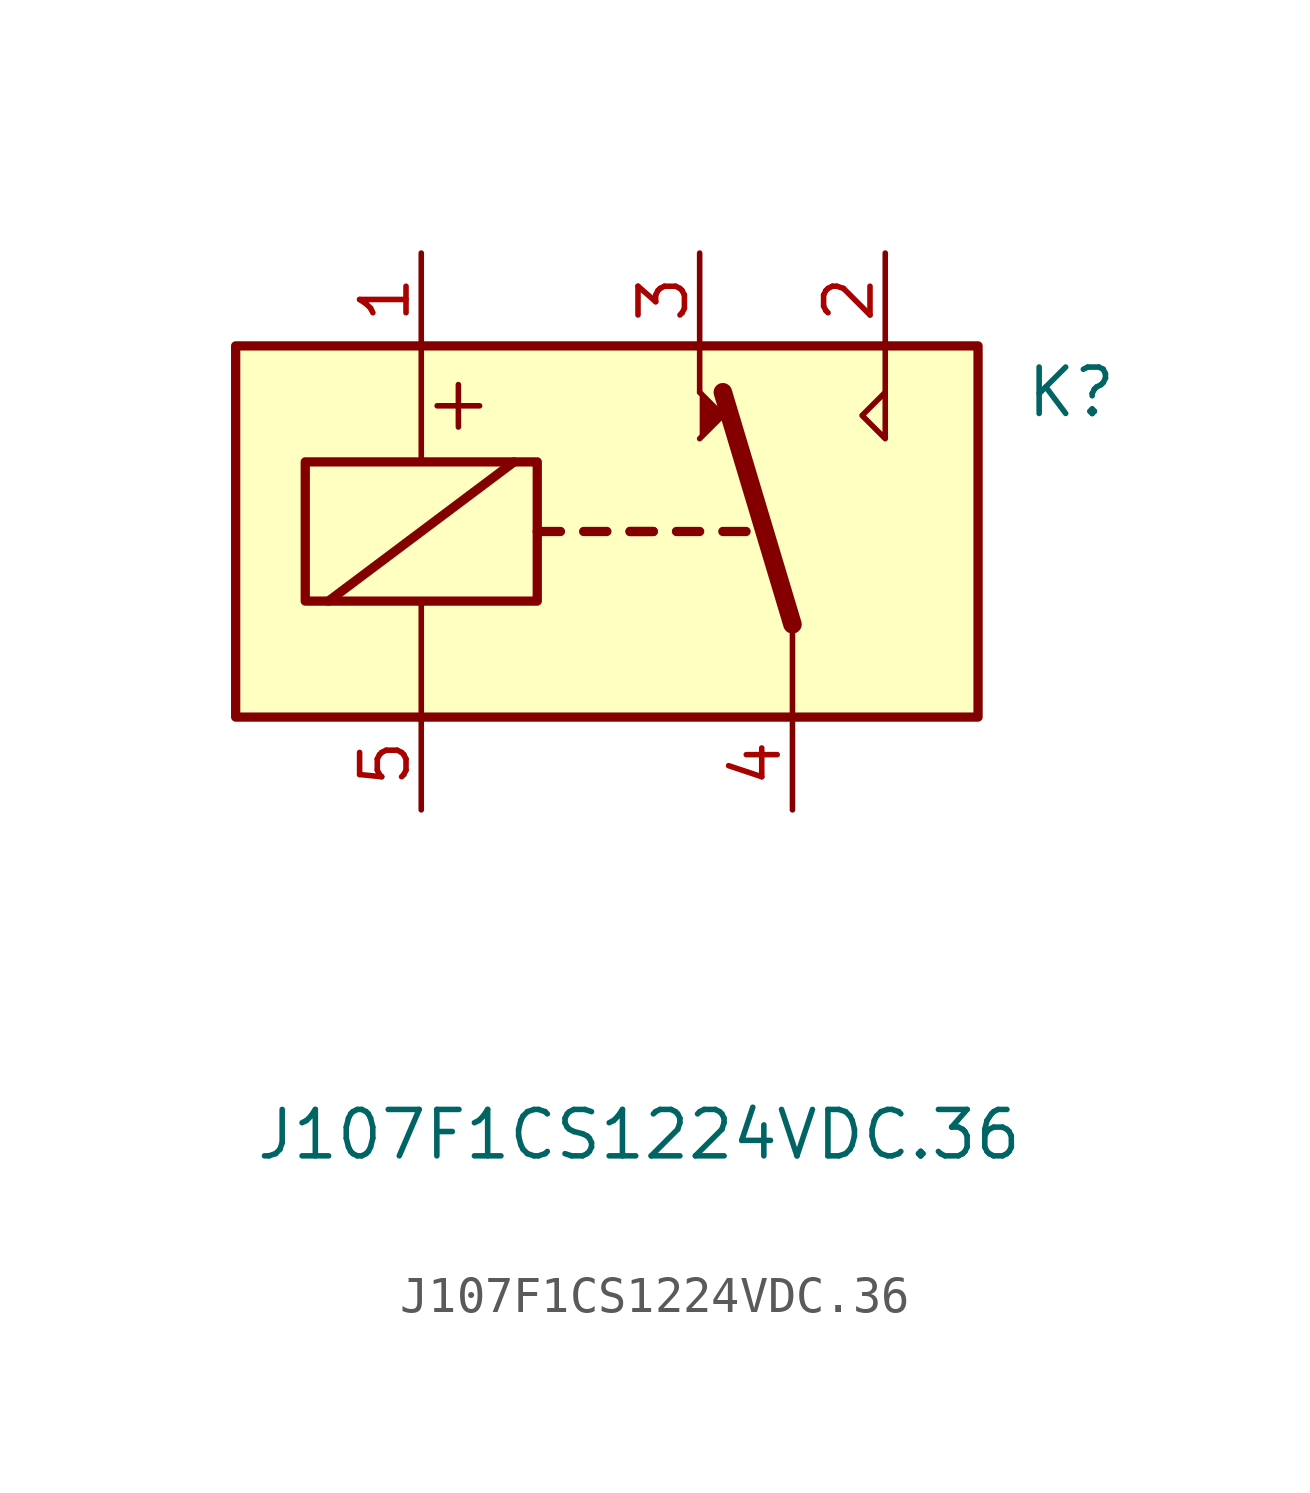
<source format=kicad_sym>
(kicad_symbol_lib
  (version 20231120)
  (generator "kicad_symbol_editor")
  (generator_version "8.0")
  (symbol "J107F1CS1224VDC.36"
    (pin_names
      (offset 1.016))
    (property "Reference" "K"
      (at 11.43 3.81 0)
      (effects (font (size 1.27 1.27)) (justify left)))
    (property "Value" "J107F1CS1224VDC.36"
      (at -9.652 -16.51 0)
      (effects (font (size 1.27 1.27)) (justify left)))
    (symbol "J107F1CS1224VDC.36_0_0"
      (polyline (pts (xy 2.54 3.81) (xy 2.54 5.08)) (stroke (width 0) (type default)) (fill (type none)))
      (polyline (pts (xy 7.62 3.81) (xy 7.62 5.08)) (stroke (width 0) (type default)) (fill (type none)))
      (polyline (pts (xy 7.62 3.81) (xy 7.62 2.54) (xy 6.985 3.175) (xy 7.62 3.81)) (stroke (width 0) (type default)) (fill (type none)))
      (text "+" (at -4.064 3.556 0) (effects (font (size 1.524 1.524)))))
    (symbol "J107F1CS1224VDC.36_0_1"
      (rectangle (start -10.16 5.08) (end 10.16 -5.08) (stroke (width 0.254) (type default)) (fill (type background)))
      (rectangle (start -8.255 1.905) (end -1.905 -1.905) (stroke (width 0.254) (type default)) (fill (type none)))
      (polyline (pts (xy -7.62 -1.905) (xy -2.54 1.905)) (stroke (width 0.254) (type default)) (fill (type none)))
      (polyline (pts (xy -5.08 -5.08) (xy -5.08 -1.905)) (stroke (width 0) (type default)) (fill (type none)))
      (polyline (pts (xy -5.08 5.08) (xy -5.08 1.905)) (stroke (width 0) (type default)) (fill (type none)))
      (polyline (pts (xy -1.905 0) (xy -1.27 0)) (stroke (width 0.254) (type default)) (fill (type none)))
      (polyline (pts (xy -0.635 0) (xy 0 0)) (stroke (width 0.254) (type default)) (fill (type none)))
      (polyline (pts (xy 0.635 0) (xy 1.27 0)) (stroke (width 0.254) (type default)) (fill (type none)))
      (polyline (pts (xy 0.635 0) (xy 1.27 0)) (stroke (width 0.254) (type default)) (fill (type none)))
      (polyline (pts (xy 1.905 0) (xy 2.54 0)) (stroke (width 0.254) (type default)) (fill (type none)))
      (polyline (pts (xy 3.175 0) (xy 3.81 0)) (stroke (width 0.254) (type default)) (fill (type none)))
      (polyline (pts (xy 5.08 -2.54) (xy 3.175 3.81)) (stroke (width 0.508) (type default)) (fill (type none)))
      (polyline (pts (xy 5.08 -2.54) (xy 5.08 -5.08)) (stroke (width 0) (type default)) (fill (type none)))
      (polyline (pts (xy 2.54 2.54) (xy 3.175 3.175) (xy 2.54 3.81)) (stroke (width 0) (type default)) (fill (type outline))))
    (symbol "J107F1CS1224VDC.36_1_1"
      (pin passive line (at -5.08 7.62 270) (length 2.54) (name "~" (effects (font (size 1.27 1.27)))) (number "1" (effects (font (size 1.27 1.27)))))
      (pin passive line (at 7.62 7.62 270) (length 2.54) (name "~" (effects (font (size 1.27 1.27)))) (number "2" (effects (font (size 1.27 1.27)))))
      (pin passive line (at 2.54 7.62 270) (length 2.54) (name "~" (effects (font (size 1.27 1.27)))) (number "3" (effects (font (size 1.27 1.27)))))
      (pin passive line (at 5.08 -7.62 90) (length 2.54) (name "~" (effects (font (size 1.27 1.27)))) (number "4" (effects (font (size 1.27 1.27)))))
      (pin passive line (at -5.08 -7.62 90) (length 2.54) (name "~" (effects (font (size 1.27 1.27)))) (number "5" (effects (font (size 1.27 1.27))))))))
</source>
